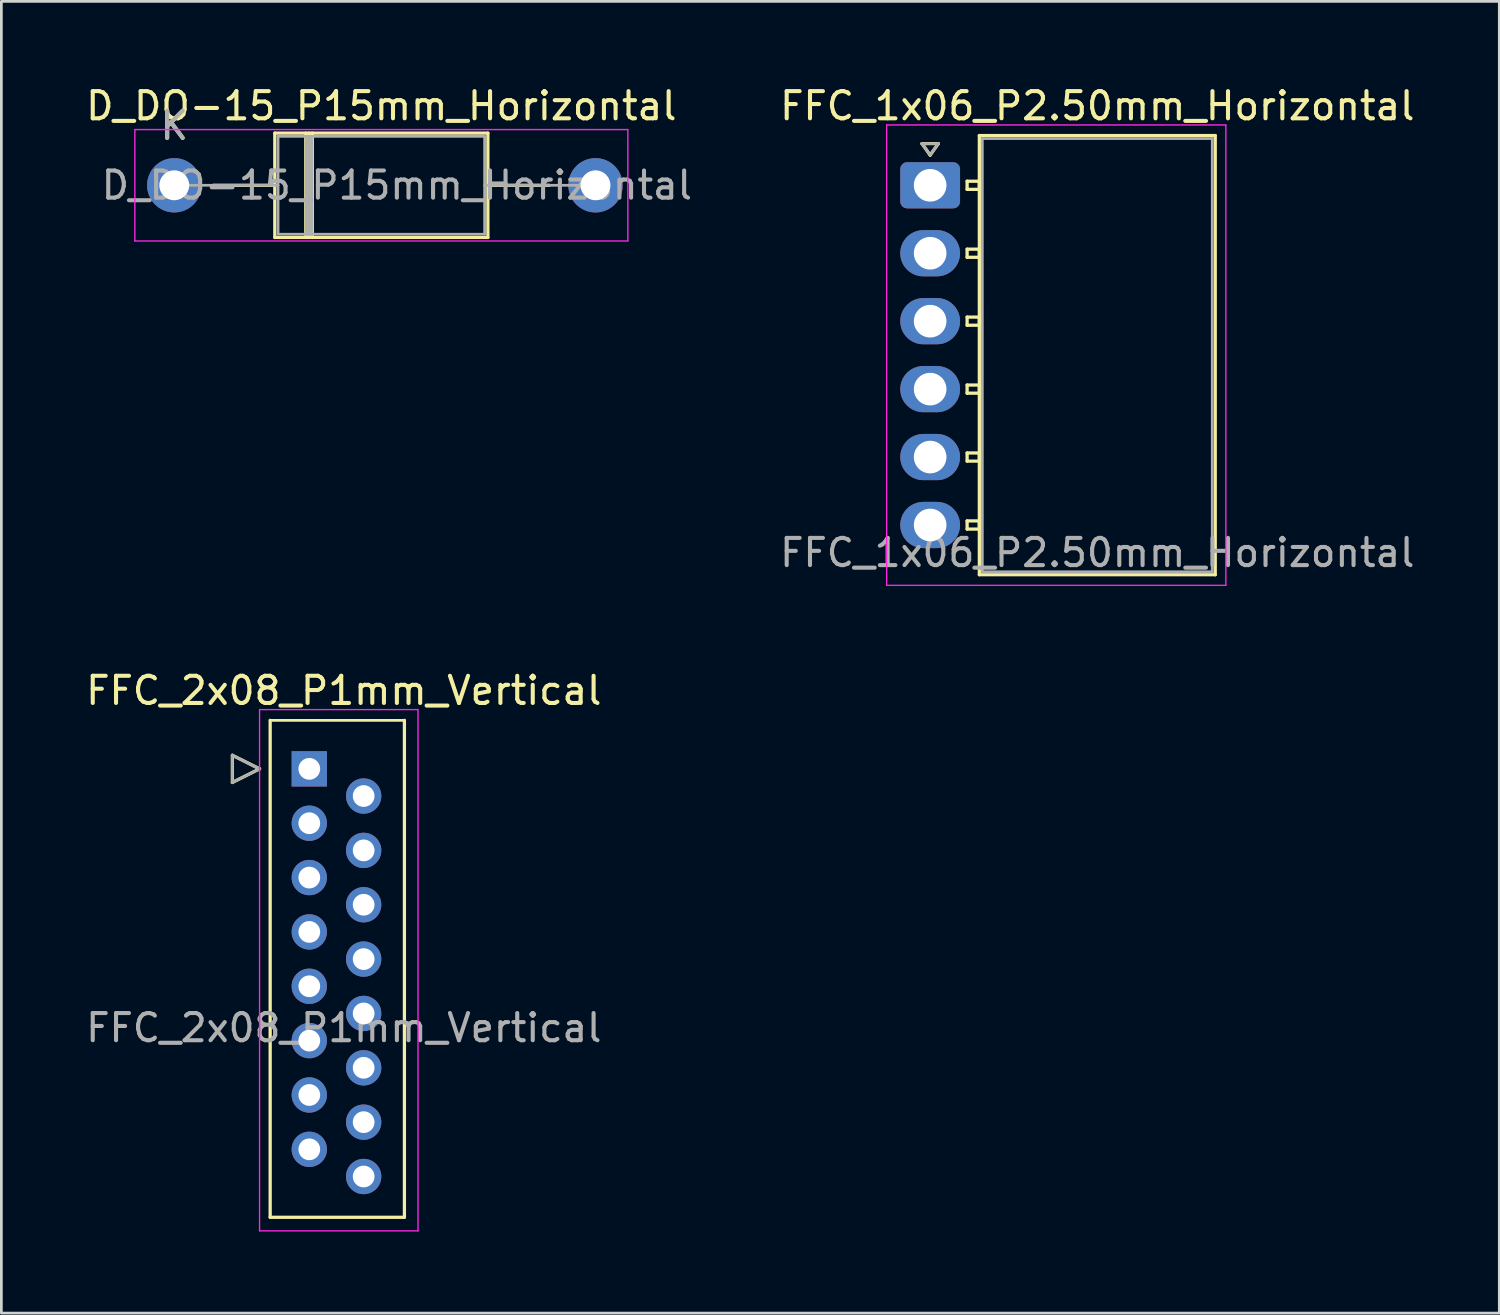
<source format=kicad_pcb>
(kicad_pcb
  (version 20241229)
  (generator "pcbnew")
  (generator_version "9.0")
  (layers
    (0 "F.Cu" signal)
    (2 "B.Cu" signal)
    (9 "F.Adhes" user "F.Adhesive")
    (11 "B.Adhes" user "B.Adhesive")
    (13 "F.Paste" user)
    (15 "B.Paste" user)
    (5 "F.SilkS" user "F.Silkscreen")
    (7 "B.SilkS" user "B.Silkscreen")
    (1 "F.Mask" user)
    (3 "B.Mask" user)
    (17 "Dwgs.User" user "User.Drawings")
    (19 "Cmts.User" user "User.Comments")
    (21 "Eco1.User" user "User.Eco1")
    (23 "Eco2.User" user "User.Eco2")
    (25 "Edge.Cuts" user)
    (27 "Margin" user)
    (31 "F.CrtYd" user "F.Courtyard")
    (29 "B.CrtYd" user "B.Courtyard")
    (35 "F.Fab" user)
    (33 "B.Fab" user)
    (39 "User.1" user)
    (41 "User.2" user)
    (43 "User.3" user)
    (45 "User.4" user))
  (footprint "FFC_1x06_P2.50mm_Horizontal"
    (layer "F.Cu")
    (at 31.176 3.768)
    (property "Reference" "FFC_1x06_P2.50mm_Horizontal" (at 6.15 -2.92 0) (layer "F.SilkS") (effects (font (size 1 1) (thickness 0.15))))
    (attr through_hole)
    (fp_line (start -0.3 -1.534) (end 0 -1.11) (stroke (width 0.12) (type solid)) (layer "F.SilkS"))
    (fp_line (start 0 -1.11) (end 0.3 -1.534) (stroke (width 0.12) (type solid)) (layer "F.SilkS"))
    (fp_line (start 0.3 -1.534) (end -0.3 -1.534) (stroke (width 0.12) (type solid)) (layer "F.SilkS"))
    (fp_line (start 1.36 -0.15) (end 1.36 0.15) (stroke (width 0.12) (type solid)) (layer "F.SilkS"))
    (fp_line (start 1.36 0.15) (end 1.81 0.15) (stroke (width 0.12) (type solid)) (layer "F.SilkS"))
    (fp_line (start 1.36 2.35) (end 1.36 2.65) (stroke (width 0.12) (type solid)) (layer "F.SilkS"))
    (fp_line (start 1.36 2.65) (end 1.81 2.65) (stroke (width 0.12) (type solid)) (layer "F.SilkS"))
    (fp_line (start 1.36 4.85) (end 1.36 5.15) (stroke (width 0.12) (type solid)) (layer "F.SilkS"))
    (fp_line (start 1.36 5.15) (end 1.81 5.15) (stroke (width 0.12) (type solid)) (layer "F.SilkS"))
    (fp_line (start 1.36 7.35) (end 1.36 7.65) (stroke (width 0.12) (type solid)) (layer "F.SilkS"))
    (fp_line (start 1.36 7.65) (end 1.81 7.65) (stroke (width 0.12) (type solid)) (layer "F.SilkS"))
    (fp_line (start 1.36 9.85) (end 1.36 10.15) (stroke (width 0.12) (type solid)) (layer "F.SilkS"))
    (fp_line (start 1.36 10.15) (end 1.81 10.15) (stroke (width 0.12) (type solid)) (layer "F.SilkS"))
    (fp_line (start 1.36 12.35) (end 1.36 12.65) (stroke (width 0.12) (type solid)) (layer "F.SilkS"))
    (fp_line (start 1.36 12.65) (end 1.81 12.65) (stroke (width 0.12) (type solid)) (layer "F.SilkS"))
    (fp_line (start 1.81 -1.83) (end 1.81 14.33) (stroke (width 0.12) (type solid)) (layer "F.SilkS"))
    (fp_line (start 1.81 -0.15) (end 1.36 -0.15) (stroke (width 0.12) (type solid)) (layer "F.SilkS"))
    (fp_line (start 1.81 0.15) (end 1.81 -0.15) (stroke (width 0.12) (type solid)) (layer "F.SilkS"))
    (fp_line (start 1.81 2.35) (end 1.36 2.35) (stroke (width 0.12) (type solid)) (layer "F.SilkS"))
    (fp_line (start 1.81 2.65) (end 1.81 2.35) (stroke (width 0.12) (type solid)) (layer "F.SilkS"))
    (fp_line (start 1.81 4.85) (end 1.36 4.85) (stroke (width 0.12) (type solid)) (layer "F.SilkS"))
    (fp_line (start 1.81 5.15) (end 1.81 4.85) (stroke (width 0.12) (type solid)) (layer "F.SilkS"))
    (fp_line (start 1.81 7.35) (end 1.36 7.35) (stroke (width 0.12) (type solid)) (layer "F.SilkS"))
    (fp_line (start 1.81 7.65) (end 1.81 7.35) (stroke (width 0.12) (type solid)) (layer "F.SilkS"))
    (fp_line (start 1.81 9.85) (end 1.36 9.85) (stroke (width 0.12) (type solid)) (layer "F.SilkS"))
    (fp_line (start 1.81 10.15) (end 1.81 9.85) (stroke (width 0.12) (type solid)) (layer "F.SilkS"))
    (fp_line (start 1.81 12.35) (end 1.36 12.35) (stroke (width 0.12) (type solid)) (layer "F.SilkS"))
    (fp_line (start 1.81 12.65) (end 1.81 12.35) (stroke (width 0.12) (type solid)) (layer "F.SilkS"))
    (fp_line (start 1.81 14.33) (end 10.49 14.33) (stroke (width 0.12) (type solid)) (layer "F.SilkS"))
    (fp_line (start 10.49 -1.83) (end 1.81 -1.83) (stroke (width 0.12) (type solid)) (layer "F.SilkS"))
    (fp_line (start 10.49 14.33) (end 10.49 -1.83) (stroke (width 0.12) (type solid)) (layer "F.SilkS"))
    (fp_line (start -1.6 -2.22) (end -1.6 14.72) (stroke (width 0.05) (type solid)) (layer "F.CrtYd"))
    (fp_line (start -1.6 14.72) (end 10.88 14.72) (stroke (width 0.05) (type solid)) (layer "F.CrtYd"))
    (fp_line (start 10.88 -2.22) (end -1.6 -2.22) (stroke (width 0.05) (type solid)) (layer "F.CrtYd"))
    (fp_line (start 10.88 14.72) (end 10.88 -2.22) (stroke (width 0.05) (type solid)) (layer "F.CrtYd"))
    (fp_line (start -0.3 -1.534) (end 0 -1.11) (stroke (width 0.1) (type solid)) (layer "F.Fab"))
    (fp_line (start 0 -1.11) (end 0.3 -1.534) (stroke (width 0.1) (type solid)) (layer "F.Fab"))
    (fp_line (start 0.3 -1.534) (end -0.3 -1.534) (stroke (width 0.1) (type solid)) (layer "F.Fab"))
    (fp_line (start 1.92 -1.72) (end 1.92 14.22) (stroke (width 0.1) (type solid)) (layer "F.Fab"))
    (fp_line (start 1.92 14.22) (end 10.38 14.22) (stroke (width 0.1) (type solid)) (layer "F.Fab"))
    (fp_line (start 10.38 -1.72) (end 1.92 -1.72) (stroke (width 0.1) (type solid)) (layer "F.Fab"))
    (fp_line (start 10.38 14.22) (end 10.38 -1.72) (stroke (width 0.1) (type solid)) (layer "F.Fab"))
    (fp_text user "${REFERENCE}" (at 6.15 13.52 0) (layer "F.Fab") (effects (font (size 1 1) (thickness 0.15))))
    (pad "1" thru_hole roundrect (at 0 0) (size 2.2 1.7) (drill 1.2) (layers "*.Cu" "*.Mask") (roundrect_rratio 0.147))
    (pad "2" thru_hole oval (at 0 2.5) (size 2.2 1.7) (drill 1.2) (layers "*.Cu" "*.Mask"))
    (pad "3" thru_hole oval (at 0 5) (size 2.2 1.7) (drill 1.2) (layers "*.Cu" "*.Mask"))
    (pad "4" thru_hole oval (at 0 7.5) (size 2.2 1.7) (drill 1.2) (layers "*.Cu" "*.Mask"))
    (pad "5" thru_hole oval (at 0 10) (size 2.2 1.7) (drill 1.2) (layers "*.Cu" "*.Mask"))
    (pad "6" thru_hole oval (at 0 12.5) (size 2.2 1.7) (drill 1.2) (layers "*.Cu" "*.Mask")))
  (footprint "FFC_2x08_P1mm_Vertical"
    (layer "F.Cu")
    (at 8.331 25.241)
    (property "Reference" "FFC_2x08_P1mm_Vertical" (at 1.27 -2.88 0) (layer "F.SilkS") (effects (font (size 1 1) (thickness 0.15))))
    (attr through_hole)
    (fp_line (start -2.83 -0.5) (end -1.83 0) (stroke (width 0.12) (type solid)) (layer "F.SilkS"))
    (fp_line (start -2.83 0.5) (end -2.83 -0.5) (stroke (width 0.12) (type solid)) (layer "F.SilkS"))
    (fp_line (start -1.83 0) (end -2.83 0.5) (stroke (width 0.12) (type solid)) (layer "F.SilkS"))
    (fp_line (start -1.44 -1.785) (end -1.44 16.5) (stroke (width 0.12) (type solid)) (layer "F.SilkS"))
    (fp_line (start -1.44 -1.785) (end 3.5 -1.785) (stroke (width 0.1) (type default)) (layer "F.SilkS"))
    (fp_line (start -1.44 16.5) (end 3.5 16.5) (stroke (width 0.12) (type solid)) (layer "F.SilkS"))
    (fp_line (start 3.5 16.5) (end 3.5 -1.785) (stroke (width 0.12) (type solid)) (layer "F.SilkS"))
    (fp_line (start -1.83 -2.18) (end -1.83 17) (stroke (width 0.05) (type solid)) (layer "F.CrtYd"))
    (fp_line (start -1.83 17) (end 4 17) (stroke (width 0.05) (type solid)) (layer "F.CrtYd"))
    (fp_line (start 4 -2.18) (end -1.83 -2.18) (stroke (width 0.05) (type solid)) (layer "F.CrtYd"))
    (fp_line (start 4 17) (end 4 -2.18) (stroke (width 0.05) (type solid)) (layer "F.CrtYd"))
    (fp_line (start -2.83 -0.5) (end -1.83 0) (stroke (width 0.1) (type solid)) (layer "F.Fab"))
    (fp_line (start -2.83 0.5) (end -2.83 -0.5) (stroke (width 0.1) (type solid)) (layer "F.Fab"))
    (fp_line (start -1.83 0) (end -2.83 0.5) (stroke (width 0.1) (type solid)) (layer "F.Fab"))
    (fp_text user "${REFERENCE}" (at 1.27 9.53 0) (layer "F.Fab") (effects (font (size 1 1) (thickness 0.15))))
    (pad "1" thru_hole rect (at 0 0) (size 1.3 1.3) (drill 0.8) (layers "*.Cu" "*.Mask"))
    (pad "2" thru_hole circle (at 2 1) (size 1.3 1.3) (drill 0.8) (layers "*.Cu" "*.Mask"))
    (pad "3" thru_hole circle (at 0 2) (size 1.3 1.3) (drill 0.8) (layers "*.Cu" "*.Mask"))
    (pad "4" thru_hole circle (at 2 3) (size 1.3 1.3) (drill 0.8) (layers "*.Cu" "*.Mask"))
    (pad "5" thru_hole circle (at 0 4) (size 1.3 1.3) (drill 0.8) (layers "*.Cu" "*.Mask"))
    (pad "6" thru_hole circle (at 2 5) (size 1.3 1.3) (drill 0.8) (layers "*.Cu" "*.Mask"))
    (pad "7" thru_hole circle (at 0 6) (size 1.3 1.3) (drill 0.8) (layers "*.Cu" "*.Mask"))
    (pad "8" thru_hole circle (at 2 7) (size 1.3 1.3) (drill 0.8) (layers "*.Cu" "*.Mask"))
    (pad "9" thru_hole circle (at 0 8) (size 1.3 1.3) (drill 0.8) (layers "*.Cu" "*.Mask"))
    (pad "10" thru_hole circle (at 2 9) (size 1.3 1.3) (drill 0.8) (layers "*.Cu" "*.Mask"))
    (pad "11" thru_hole circle (at 0 10) (size 1.3 1.3) (drill 0.8) (layers "*.Cu" "*.Mask"))
    (pad "12" thru_hole circle (at 2 11) (size 1.3 1.3) (drill 0.8) (layers "*.Cu" "*.Mask"))
    (pad "13" thru_hole circle (at 0 12) (size 1.3 1.3) (drill 0.8) (layers "*.Cu" "*.Mask"))
    (pad "14" thru_hole circle (at 2 13) (size 1.3 1.3) (drill 0.8) (layers "*.Cu" "*.Mask"))
    (pad "15" thru_hole circle (at 0 14) (size 1.3 1.3) (drill 0.8) (layers "*.Cu" "*.Mask"))
    (pad "16" thru_hole circle (at 2 15) (size 1.3 1.3) (drill 0.8) (layers "*.Cu" "*.Mask")))
  (footprint "D_DO-15_P15mm_Horizontal"
    (layer "F.Cu")
    (at 3.362 3.768)
    (property "Reference" "D_DO-15_P15mm_Horizontal" (at 7.62 -2.92 0) (layer "F.SilkS") (effects (font (size 1 1) (thickness 0.15))))
    (attr through_hole)
    (fp_line (start 1.44 0) (end 3.7 0) (stroke (width 0.12) (type solid)) (layer "F.SilkS"))
    (fp_line (start 3.7 -1.92) (end 3.7 1.92) (stroke (width 0.12) (type solid)) (layer "F.SilkS"))
    (fp_line (start 3.7 1.92) (end 11.54 1.92) (stroke (width 0.12) (type solid)) (layer "F.SilkS"))
    (fp_line (start 4.84 -1.92) (end 4.84 1.92) (stroke (width 0.12) (type solid)) (layer "F.SilkS"))
    (fp_line (start 4.96 -1.92) (end 4.96 1.92) (stroke (width 0.12) (type solid)) (layer "F.SilkS"))
    (fp_line (start 5.08 -1.92) (end 5.08 1.92) (stroke (width 0.12) (type solid)) (layer "F.SilkS"))
    (fp_line (start 11.54 -1.92) (end 3.7 -1.92) (stroke (width 0.12) (type solid)) (layer "F.SilkS"))
    (fp_line (start 11.54 1.92) (end 11.54 -1.92) (stroke (width 0.12) (type solid)) (layer "F.SilkS"))
    (fp_line (start 13.8 0) (end 11.54 0) (stroke (width 0.12) (type solid)) (layer "F.SilkS"))
    (fp_line (start -1.45 -2.05) (end -1.45 2.05) (stroke (width 0.05) (type solid)) (layer "F.CrtYd"))
    (fp_line (start -1.45 2.05) (end 16.69 2.05) (stroke (width 0.05) (type solid)) (layer "F.CrtYd"))
    (fp_line (start 16.69 -2.05) (end -1.45 -2.05) (stroke (width 0.05) (type solid)) (layer "F.CrtYd"))
    (fp_line (start 16.69 2.05) (end 16.69 -2.05) (stroke (width 0.05) (type solid)) (layer "F.CrtYd"))
    (fp_line (start 0 0) (end 3.82 0) (stroke (width 0.1) (type solid)) (layer "F.Fab"))
    (fp_line (start 3.82 -1.8) (end 3.82 1.8) (stroke (width 0.1) (type solid)) (layer "F.Fab"))
    (fp_line (start 3.82 1.8) (end 11.42 1.8) (stroke (width 0.1) (type solid)) (layer "F.Fab"))
    (fp_line (start 4.86 -1.8) (end 4.86 1.8) (stroke (width 0.1) (type solid)) (layer "F.Fab"))
    (fp_line (start 4.96 -1.8) (end 4.96 1.8) (stroke (width 0.1) (type solid)) (layer "F.Fab"))
    (fp_line (start 5.06 -1.8) (end 5.06 1.8) (stroke (width 0.1) (type solid)) (layer "F.Fab"))
    (fp_line (start 11.42 -1.8) (end 3.82 -1.8) (stroke (width 0.1) (type solid)) (layer "F.Fab"))
    (fp_line (start 11.42 1.8) (end 11.42 -1.8) (stroke (width 0.1) (type solid)) (layer "F.Fab"))
    (fp_line (start 15.24 0) (end 11.42 0) (stroke (width 0.1) (type solid)) (layer "F.Fab"))
    (fp_text user "K" (at 0 -2.2 0) (layer "F.SilkS") (effects (font (size 1 1) (thickness 0.15))))
    (fp_text user "K" (at 0 -2.2 0) (layer "F.Fab") (effects (font (size 1 1) (thickness 0.15))))
    (fp_text user "${REFERENCE}" (at 8.19 0 0) (layer "F.Fab") (effects (font (size 1 1) (thickness 0.15))))
    (pad "1" thru_hole circle (at 0 0) (size 2 2) (drill 1.1) (layers "*.Cu" "*.Mask"))
    (pad "2" thru_hole circle (at 15.5 0) (size 2 2) (drill 1.1) (layers "*.Cu" "*.Mask")))
  (gr_rect
    (start -3 -3)
    (end 52.118 45.267)
    (stroke (width 0.1) (type default))
    (fill no)
    (layer "Edge.Cuts")))
</source>
